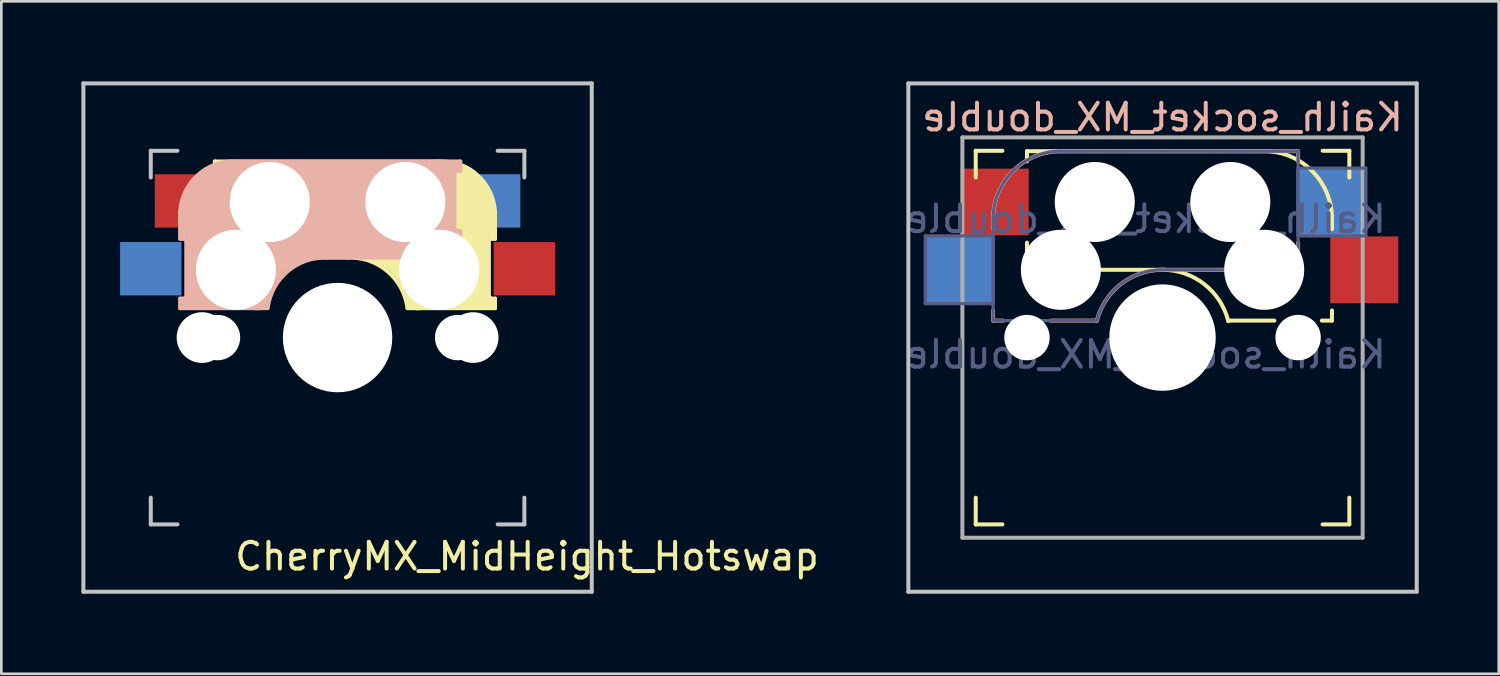
<source format=kicad_pcb>
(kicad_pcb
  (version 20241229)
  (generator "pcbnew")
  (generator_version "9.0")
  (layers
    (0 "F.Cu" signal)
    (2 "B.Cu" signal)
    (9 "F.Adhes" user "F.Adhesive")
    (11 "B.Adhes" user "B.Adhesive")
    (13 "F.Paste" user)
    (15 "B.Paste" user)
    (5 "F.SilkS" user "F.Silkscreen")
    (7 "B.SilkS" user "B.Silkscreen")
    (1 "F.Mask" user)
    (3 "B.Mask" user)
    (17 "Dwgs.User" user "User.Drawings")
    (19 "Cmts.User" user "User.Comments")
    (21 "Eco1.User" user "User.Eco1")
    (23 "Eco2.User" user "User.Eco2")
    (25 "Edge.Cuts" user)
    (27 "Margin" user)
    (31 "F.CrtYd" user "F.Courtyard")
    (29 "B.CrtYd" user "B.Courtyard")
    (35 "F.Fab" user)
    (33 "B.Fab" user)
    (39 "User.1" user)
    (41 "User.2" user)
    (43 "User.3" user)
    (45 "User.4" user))
  (footprint "CherryMX_MidHeight_Hotswap"
    (layer "F.Cu")
    (at 9.6 9.6)
    (property "Reference" "CherryMX_MidHeight_Hotswap" (at 7.1 8.2 0) (layer "F.SilkS") (effects (font (size 1 1) (thickness 0.15))))
    (attr through_hole)
    (fp_line (start -4.6 -6.6) (end 3.8 -6.6) (stroke (width 0.15) (type solid)) (layer "F.SilkS"))
    (fp_line (start -4.6 -6.25) (end -4.6 -6.6) (stroke (width 0.15) (type solid)) (layer "F.SilkS"))
    (fp_line (start -4.6 -4) (end -4.4 -4) (stroke (width 0.15) (type solid)) (layer "F.SilkS"))
    (fp_line (start -4.6 -3) (end -4.6 -4) (stroke (width 0.15) (type solid)) (layer "F.SilkS"))
    (fp_line (start -4.4 -6.4) (end -3 -6.4) (stroke (width 0.4) (type solid)) (layer "F.SilkS"))
    (fp_line (start -4.4 -6.25) (end -4.6 -6.25) (stroke (width 0.15) (type solid)) (layer "F.SilkS"))
    (fp_line (start -4.4 -3.9) (end -4.4 -3.2) (stroke (width 0.4) (type solid)) (layer "F.SilkS"))
    (fp_line (start -4.38 -4) (end -4.38 -6.25) (stroke (width 0.15) (type solid)) (layer "F.SilkS"))
    (fp_line (start -4.3 -3.3) (end -2.9 -3.3) (stroke (width 0.5) (type solid)) (layer "F.SilkS"))
    (fp_line (start -3.9 -6) (end -3.9 -3.5) (stroke (width 1) (type solid)) (layer "F.SilkS"))
    (fp_line (start -2.6 -4.8) (end 4.1 -4.8) (stroke (width 3.5) (type solid)) (layer "F.SilkS"))
    (fp_line (start 0.4 -3) (end -4.6 -3) (stroke (width 0.15) (type solid)) (layer "F.SilkS"))
    (fp_line (start 4.17 -5.1) (end 4.17 -2.86) (stroke (width 3) (type solid)) (layer "F.SilkS"))
    (fp_line (start 5.3 -1.6) (end 5.3 -3.4) (stroke (width 0.8) (type solid)) (layer "F.SilkS"))
    (fp_line (start 5.67 -3.7) (end 5.67 -1.46) (stroke (width 0.15) (type solid)) (layer "F.SilkS"))
    (fp_line (start 5.7 -1.46) (end 5.9 -1.46) (stroke (width 0.15) (type solid)) (layer "F.SilkS"))
    (fp_line (start 5.7 -1.3) (end 3 -1.3) (stroke (width 0.5) (type solid)) (layer "F.SilkS"))
    (fp_line (start 5.8 -3.8) (end 5.8 -4.7) (stroke (width 0.3) (type solid)) (layer "F.SilkS"))
    (fp_line (start 5.9 -4.7) (end 5.9 -3.7) (stroke (width 0.15) (type solid)) (layer "F.SilkS"))
    (fp_line (start 5.9 -3.7) (end 5.7 -3.7) (stroke (width 0.15) (type solid)) (layer "F.SilkS"))
    (fp_line (start 5.9 -1.1) (end 2.62 -1.1) (stroke (width 0.15) (type solid)) (layer "F.SilkS"))
    (fp_line (start 5.9 -1.1) (end 5.9 -1.46) (stroke (width 0.15) (type solid)) (layer "F.SilkS"))
    (fp_arc (start 0.4 -3) (mid 1.868709 -2.486118) (end 2.616318 -1.121471) (stroke (width 0.15) (type solid)) (layer "F.SilkS"))
    (fp_arc (start 0.8 -3.4) (mid 2.268709 -2.886118) (end 3.016318 -1.521471) (stroke (width 1) (type solid)) (layer "F.SilkS"))
    (fp_arc (start 3.8 -6.600001) (mid 5.243504 -6.084925) (end 5.900001 -4.7) (stroke (width 0.15) (type solid)) (layer "F.SilkS"))
    (fp_line (start -5.9 -4.7) (end -5.9 -3.7) (stroke (width 0.15) (type solid)) (layer "B.SilkS"))
    (fp_line (start -5.9 -3.7) (end -5.7 -3.7) (stroke (width 0.15) (type solid)) (layer "B.SilkS"))
    (fp_line (start -5.9 -1.1) (end -5.9 -1.46) (stroke (width 0.15) (type solid)) (layer "B.SilkS"))
    (fp_line (start -5.9 -1.1) (end -2.62 -1.1) (stroke (width 0.15) (type solid)) (layer "B.SilkS"))
    (fp_line (start -5.8 -3.8) (end -5.8 -4.7) (stroke (width 0.3) (type solid)) (layer "B.SilkS"))
    (fp_line (start -5.7 -1.46) (end -5.9 -1.46) (stroke (width 0.15) (type solid)) (layer "B.SilkS"))
    (fp_line (start -5.7 -1.3) (end -3 -1.3) (stroke (width 0.5) (type solid)) (layer "B.SilkS"))
    (fp_line (start -5.67 -3.7) (end -5.67 -1.46) (stroke (width 0.15) (type solid)) (layer "B.SilkS"))
    (fp_line (start -5.3 -1.6) (end -5.3 -3.4) (stroke (width 0.8) (type solid)) (layer "B.SilkS"))
    (fp_line (start -4.17 -5.1) (end -4.17 -2.86) (stroke (width 3) (type solid)) (layer "B.SilkS"))
    (fp_line (start -0.4 -3) (end 4.6 -3) (stroke (width 0.15) (type solid)) (layer "B.SilkS"))
    (fp_line (start 2.6 -4.8) (end -4.1 -4.8) (stroke (width 3.5) (type solid)) (layer "B.SilkS"))
    (fp_line (start 3.9 -6) (end 3.9 -3.5) (stroke (width 1) (type solid)) (layer "B.SilkS"))
    (fp_line (start 4.3 -3.3) (end 2.9 -3.3) (stroke (width 0.5) (type solid)) (layer "B.SilkS"))
    (fp_line (start 4.38 -4) (end 4.38 -6.25) (stroke (width 0.15) (type solid)) (layer "B.SilkS"))
    (fp_line (start 4.4 -6.4) (end 3 -6.4) (stroke (width 0.4) (type solid)) (layer "B.SilkS"))
    (fp_line (start 4.4 -6.25) (end 4.6 -6.25) (stroke (width 0.15) (type solid)) (layer "B.SilkS"))
    (fp_line (start 4.4 -3.9) (end 4.4 -3.2) (stroke (width 0.4) (type solid)) (layer "B.SilkS"))
    (fp_line (start 4.6 -6.6) (end -3.8 -6.6) (stroke (width 0.15) (type solid)) (layer "B.SilkS"))
    (fp_line (start 4.6 -6.25) (end 4.6 -6.6) (stroke (width 0.15) (type solid)) (layer "B.SilkS"))
    (fp_line (start 4.6 -4) (end 4.4 -4) (stroke (width 0.15) (type solid)) (layer "B.SilkS"))
    (fp_line (start 4.6 -3) (end 4.6 -4) (stroke (width 0.15) (type solid)) (layer "B.SilkS"))
    (fp_arc (start -5.9 -4.699999) (mid -5.243504 -6.084924) (end -3.800001 -6.6) (stroke (width 0.15) (type solid)) (layer "B.SilkS"))
    (fp_arc (start -3.016318 -1.521471) (mid -2.268709 -2.886118) (end -0.8 -3.4) (stroke (width 1) (type solid)) (layer "B.SilkS"))
    (fp_arc (start -2.616318 -1.121471) (mid -1.868709 -2.486118) (end -0.4 -3) (stroke (width 0.15) (type solid)) (layer "B.SilkS"))
    (fp_line (start -9.525 -9.525) (end 9.525 -9.525) (stroke (width 0.15) (type solid)) (layer "Dwgs.User"))
    (fp_line (start -9.525 9.525) (end -9.525 -9.525) (stroke (width 0.15) (type solid)) (layer "Dwgs.User"))
    (fp_line (start -7 -7) (end -6 -7) (stroke (width 0.15) (type solid)) (layer "Dwgs.User"))
    (fp_line (start -7 -6) (end -7 -7) (stroke (width 0.15) (type solid)) (layer "Dwgs.User"))
    (fp_line (start -7 6) (end -7 7) (stroke (width 0.15) (type solid)) (layer "Dwgs.User"))
    (fp_line (start -7 7) (end -6 7) (stroke (width 0.15) (type solid)) (layer "Dwgs.User"))
    (fp_line (start 6 7) (end 7 7) (stroke (width 0.15) (type solid)) (layer "Dwgs.User"))
    (fp_line (start 7 -7) (end 6 -7) (stroke (width 0.15) (type solid)) (layer "Dwgs.User"))
    (fp_line (start 7 -7) (end 7 -6) (stroke (width 0.15) (type solid)) (layer "Dwgs.User"))
    (fp_line (start 7 7) (end 7 6) (stroke (width 0.15) (type solid)) (layer "Dwgs.User"))
    (fp_line (start 9.525 -9.525) (end 9.525 9.525) (stroke (width 0.15) (type solid)) (layer "Dwgs.User"))
    (fp_line (start 9.525 9.525) (end -9.525 9.525) (stroke (width 0.15) (type solid)) (layer "Dwgs.User"))
    (pad "" np_thru_hole circle (at -5.08 0) (size 1.9 1.9) (drill 1.9) (layers "*.Cu" "*.Mask"))
    (pad "" np_thru_hole circle (at -4.5 0) (size 1.7 1.7) (drill 1.7) (layers "*.Cu" "*.Mask"))
    (pad "" np_thru_hole circle (at -3.81 -2.54 180) (size 3 3) (drill 3) (layers "*.Cu" "*.Mask"))
    (pad "" np_thru_hole circle (at -2.54 -5.08 180) (size 3 3) (drill 3) (layers "*.Cu" "*.Mask"))
    (pad "" np_thru_hole circle (at 0 0 90) (size 4.1 4.1) (drill 4.1) (layers "*.Cu" "*.Mask"))
    (pad "" np_thru_hole circle (at 2.54 -5.08 180) (size 3 3) (drill 3) (layers "*.Cu" "*.Mask"))
    (pad "" np_thru_hole circle (at 3.81 -2.54 180) (size 3 3) (drill 3) (layers "*.Cu" "*.Mask"))
    (pad "" np_thru_hole circle (at 4.5 0) (size 1.7 1.7) (drill 1.7) (layers "*.Cu" "*.Mask"))
    (pad "" np_thru_hole circle (at 5.08 0) (size 1.9 1.9) (drill 1.9) (layers "*.Cu" "*.Mask"))
    (pad "1" smd rect (at -7 -2.58 180) (size 2.3 2) (layers "B.Cu" "B.Mask" "B.Paste"))
    (pad "1" smd rect (at 7 -2.58 180) (size 2.3 2) (layers "F.Cu" "F.Mask" "F.Paste"))
    (pad "2" smd rect (at -5.7 -5.12 180) (size 2.3 2) (layers "F.Cu" "F.Mask" "F.Paste"))
    (pad "2" smd rect (at 5.7 -5.12 180) (size 2.3 2) (layers "B.Cu" "B.Mask" "B.Paste")))
  (footprint "Kailh_socket_MX_double"
    (layer "F.Cu")
    (at 40.514 9.6)
    (property "Reference" "Kailh_socket_MX_double" (at 0 -8.255 0) (layer "B.SilkS") (effects (font (size 1 1) (thickness 0.15)) (justify mirror)))
    (property "Value" "Kailh_socket_MX_double" (at 0 8.255 0) (layer "F.Fab") (hide yes) (effects (font (size 1 1) (thickness 0.15))))
    (attr smd)
    (fp_line (start -7 -6) (end -7 -7) (stroke (width 0.15) (type solid)) (layer "F.SilkS"))
    (fp_line (start -7 7) (end -7 6) (stroke (width 0.15) (type solid)) (layer "F.SilkS"))
    (fp_line (start -7 7) (end -6 7) (stroke (width 0.15) (type solid)) (layer "F.SilkS"))
    (fp_line (start -6 -7) (end -7 -7) (stroke (width 0.15) (type solid)) (layer "F.SilkS"))
    (fp_line (start -5.08 -6.985) (end -5.08 -6.604) (stroke (width 0.15) (type solid)) (layer "F.SilkS"))
    (fp_line (start -5.08 -3.556) (end -5.08 -2.54) (stroke (width 0.15) (type solid)) (layer "F.SilkS"))
    (fp_line (start -5.08 -2.54) (end 0 -2.54) (stroke (width 0.15) (type solid)) (layer "F.SilkS"))
    (fp_line (start 2.464 -0.635) (end 4.191 -0.635) (stroke (width 0.15) (type solid)) (layer "F.SilkS"))
    (fp_line (start 3.81 -6.985) (end -5.08 -6.985) (stroke (width 0.15) (type solid)) (layer "F.SilkS"))
    (fp_line (start 5.969 -0.635) (end 6.35 -0.635) (stroke (width 0.15) (type solid)) (layer "F.SilkS"))
    (fp_line (start 6 7) (end 7 7) (stroke (width 0.15) (type solid)) (layer "F.SilkS"))
    (fp_line (start 6.35 -4.445) (end 6.35 -4.064) (stroke (width 0.15) (type solid)) (layer "F.SilkS"))
    (fp_line (start 6.35 -1.016) (end 6.35 -0.635) (stroke (width 0.15) (type solid)) (layer "F.SilkS"))
    (fp_line (start 7 -7) (end 6 -7) (stroke (width 0.15) (type solid)) (layer "F.SilkS"))
    (fp_line (start 7 -7) (end 7 -6) (stroke (width 0.15) (type solid)) (layer "F.SilkS"))
    (fp_line (start 7 6) (end 7 7) (stroke (width 0.15) (type solid)) (layer "F.SilkS"))
    (fp_arc (start 0 -2.54) (mid 1.563147 -2.002042) (end 2.464162 -0.61604) (stroke (width 0.15) (type solid)) (layer "F.SilkS"))
    (fp_arc (start 3.81 -6.985) (mid 5.606051 -6.241051) (end 6.35 -4.445) (stroke (width 0.15) (type solid)) (layer "F.SilkS"))
    (fp_line (start -6.35 -4.445) (end -6.35 -4.064) (stroke (width 0.15) (type solid)) (layer "B.SilkS"))
    (fp_line (start -6.35 -1.016) (end -6.35 -0.635) (stroke (width 0.15) (type solid)) (layer "B.SilkS"))
    (fp_line (start -5.969 -0.635) (end -6.35 -0.635) (stroke (width 0.15) (type solid)) (layer "B.SilkS"))
    (fp_line (start -3.81 -6.985) (end 5.08 -6.985) (stroke (width 0.15) (type solid)) (layer "B.SilkS"))
    (fp_line (start -2.464 -0.635) (end -4.191 -0.635) (stroke (width 0.15) (type solid)) (layer "B.SilkS"))
    (fp_line (start 5.08 -6.985) (end 5.08 -6.604) (stroke (width 0.15) (type solid)) (layer "B.SilkS"))
    (fp_line (start 5.08 -3.556) (end 5.08 -2.54) (stroke (width 0.15) (type solid)) (layer "B.SilkS"))
    (fp_line (start 5.08 -2.54) (end 0 -2.54) (stroke (width 0.15) (type solid)) (layer "B.SilkS"))
    (fp_arc (start -6.35 -4.445) (mid -5.606051 -6.241051) (end -3.81 -6.985) (stroke (width 0.15) (type solid)) (layer "B.SilkS"))
    (fp_arc (start -2.464162 -0.61604) (mid -1.563147 -2.002042) (end 0 -2.54) (stroke (width 0.15) (type solid)) (layer "B.SilkS"))
    (fp_line (start -9.525 -9.525) (end 9.525 -9.525) (stroke (width 0.15) (type solid)) (layer "Dwgs.User"))
    (fp_line (start -9.525 9.525) (end -9.525 -9.525) (stroke (width 0.15) (type solid)) (layer "Dwgs.User"))
    (fp_line (start 9.525 -9.525) (end 9.525 9.525) (stroke (width 0.15) (type solid)) (layer "Dwgs.User"))
    (fp_line (start 9.525 9.525) (end -9.525 9.525) (stroke (width 0.15) (type solid)) (layer "Dwgs.User"))
    (fp_line (start -6.9 6.9) (end -6.9 -6.9) (stroke (width 0.15) (type solid)) (layer "Eco2.User"))
    (fp_line (start -6.9 6.9) (end 6.9 6.9) (stroke (width 0.15) (type solid)) (layer "Eco2.User"))
    (fp_line (start 6.9 -6.9) (end -6.9 -6.9) (stroke (width 0.15) (type solid)) (layer "Eco2.User"))
    (fp_line (start 6.9 -6.9) (end 6.9 6.9) (stroke (width 0.15) (type solid)) (layer "Eco2.User"))
    (fp_line (start -8.89 -3.81) (end -6.35 -3.81) (stroke (width 0.12) (type solid)) (layer "B.Fab"))
    (fp_line (start -8.89 -1.27) (end -8.89 -3.81) (stroke (width 0.12) (type solid)) (layer "B.Fab"))
    (fp_line (start -6.35 -1.27) (end -8.89 -1.27) (stroke (width 0.12) (type solid)) (layer "B.Fab"))
    (fp_line (start -6.35 -0.635) (end -6.35 -4.445) (stroke (width 0.12) (type solid)) (layer "B.Fab"))
    (fp_line (start -6.35 -0.635) (end -2.54 -0.635) (stroke (width 0.12) (type solid)) (layer "B.Fab"))
    (fp_line (start -3.81 -6.985) (end 5.08 -6.985) (stroke (width 0.12) (type solid)) (layer "B.Fab"))
    (fp_line (start 5.08 -6.985) (end 5.08 -2.54) (stroke (width 0.12) (type solid)) (layer "B.Fab"))
    (fp_line (start 5.08 -6.35) (end 7.62 -6.35) (stroke (width 0.12) (type solid)) (layer "B.Fab"))
    (fp_line (start 5.08 -2.54) (end 0 -2.54) (stroke (width 0.12) (type solid)) (layer "B.Fab"))
    (fp_line (start 7.62 -6.35) (end 7.62 -3.81) (stroke (width 0.12) (type solid)) (layer "B.Fab"))
    (fp_line (start 7.62 -3.81) (end 5.08 -3.81) (stroke (width 0.12) (type solid)) (layer "B.Fab"))
    (fp_arc (start -6.35 -4.445) (mid -5.606051 -6.241051) (end -3.81 -6.985) (stroke (width 0.12) (type solid)) (layer "B.Fab"))
    (fp_arc (start -2.464162 -0.61604) (mid -1.563147 -2.002042) (end 0 -2.54) (stroke (width 0.12) (type solid)) (layer "B.Fab"))
    (fp_line (start -7.5 -7.5) (end 7.5 -7.5) (stroke (width 0.15) (type solid)) (layer "F.Fab"))
    (fp_line (start -7.5 7.5) (end -7.5 -7.5) (stroke (width 0.15) (type solid)) (layer "F.Fab"))
    (fp_line (start 7.5 -7.5) (end 7.5 7.5) (stroke (width 0.15) (type solid)) (layer "F.Fab"))
    (fp_line (start 7.5 7.5) (end -7.5 7.5) (stroke (width 0.15) (type solid)) (layer "F.Fab"))
    (fp_text user "${VALUE}" (at -0.635 0.635 0) (layer "B.Fab") (effects (font (size 1 1) (thickness 0.15)) (justify mirror)))
    (fp_text user "${REFERENCE}" (at -0.635 -4.445 0) (layer "B.Fab") (effects (font (size 1 1) (thickness 0.15)) (justify mirror)))
    (pad "" np_thru_hole circle (at -5.08 0) (size 1.702 1.702) (drill 1.702) (layers "*.Cu" "*.Mask"))
    (pad "" np_thru_hole circle (at -3.81 -2.54) (size 3 3) (drill 3) (layers "*.Cu" "*.Mask"))
    (pad "" np_thru_hole circle (at -2.54 -5.08 180) (size 3 3) (drill 3) (layers "*.Cu" "*.Mask"))
    (pad "" np_thru_hole circle (at 0 0) (size 3.988 3.988) (drill 3.988) (layers "*.Cu" "*.Mask"))
    (pad "" np_thru_hole circle (at 2.54 -5.08) (size 3 3) (drill 3) (layers "*.Cu" "*.Mask"))
    (pad "" np_thru_hole circle (at 3.81 -2.54 180) (size 3 3) (drill 3) (layers "*.Cu" "*.Mask"))
    (pad "" np_thru_hole circle (at 5.08 0) (size 1.702 1.702) (drill 1.702) (layers "*.Cu" "*.Mask"))
    (pad "1" smd rect (at -7.56 -2.54) (size 2.55 2.5) (layers "B.Cu" "B.Mask" "B.Paste"))
    (pad "1" smd rect (at -6.29 -5.08 180) (size 2.55 2.5) (layers "F.Cu" "F.Mask" "F.Paste"))
    (pad "2" smd rect (at 6.29 -5.08) (size 2.55 2.5) (layers "B.Cu" "B.Mask" "B.Paste"))
    (pad "2" smd rect (at 7.56 -2.54 180) (size 2.55 2.5) (layers "F.Cu" "F.Mask" "F.Paste")))
  (gr_rect
    (start -3 -3)
    (end 53.114 22.2)
    (stroke (width 0.1) (type default))
    (fill no)
    (layer "Edge.Cuts")))
</source>
